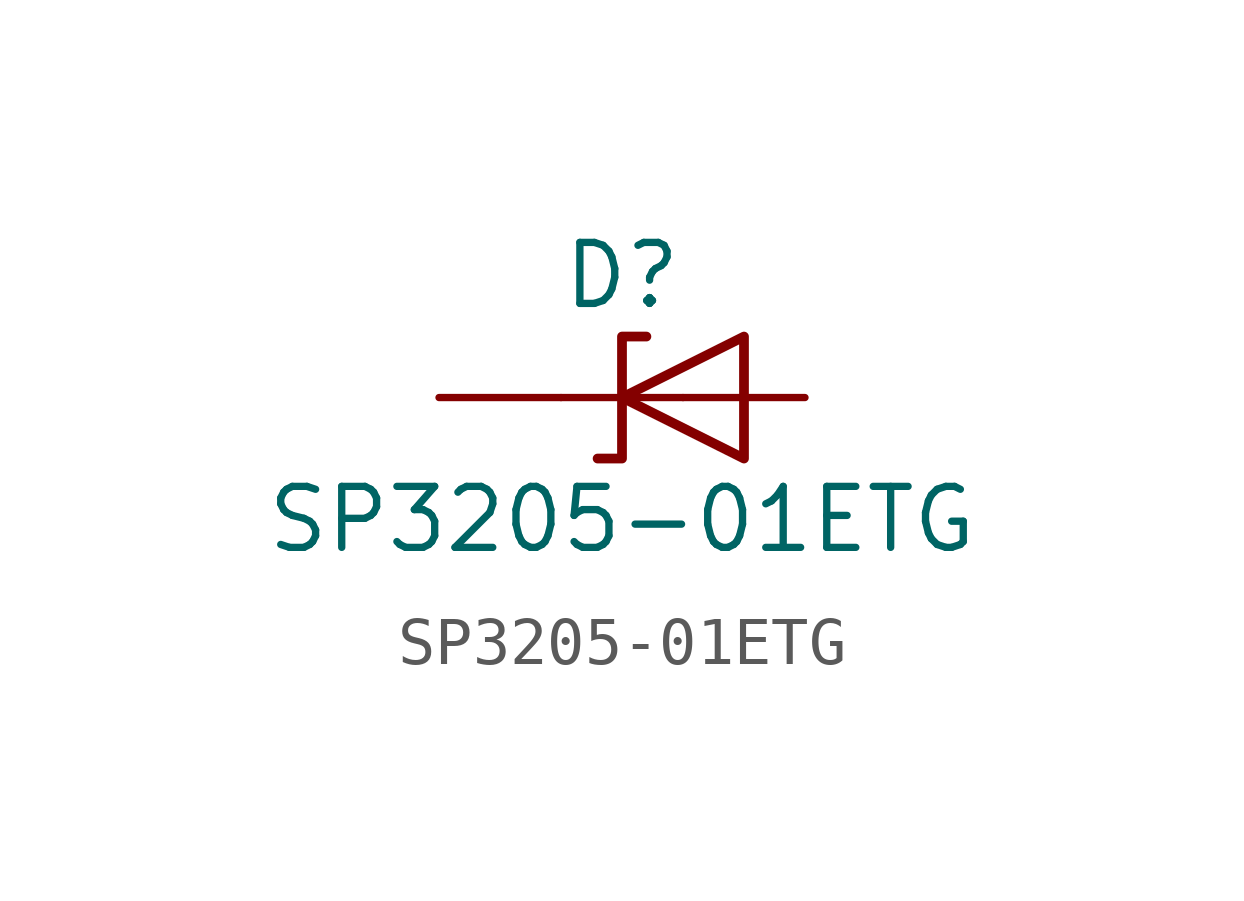
<source format=kicad_sym>
(kicad_symbol_lib
  (version 20220914)
  (generator kicad_symbol_editor)
  (symbol "SP3205-01ETG"
    (pin_numbers hide)
    (pin_names hide)
    (property "Reference" "D"
      (at 0 2.54 0)
      (effects (font (size 1.27 1.27))))
    (property "Value" "SP3205-01ETG"
      (at 0 -2.54 0)
      (effects (font (size 1.27 1.27))))
    (symbol "SP3205-01ETG_1_1"
      (polyline (pts (xy 1.27 0) (xy -1.27 0)) (stroke (width 0) (type solid)) (fill (type none)))
      (polyline (pts (xy 0.508 1.27) (xy 0 1.27) (xy 0 -1.27) (xy -0.508 -1.27)) (stroke (width 0.203) (type solid)) (fill (type none)))
      (polyline (pts (xy 2.54 1.27) (xy 2.54 -1.27) (xy 0 0) (xy 2.54 1.27)) (stroke (width 0.203) (type solid)) (fill (type none)))
      (pin passive line (at -3.81 0 0) (length 2.54) (name "A1" (effects (font (size 1.27 1.27)))) (number "1" (effects (font (size 1.27 1.27)))))
      (pin passive line (at 3.81 0 180) (length 2.54) (name "A2" (effects (font (size 1.27 1.27)))) (number "2" (effects (font (size 1.27 1.27))))))))
</source>
